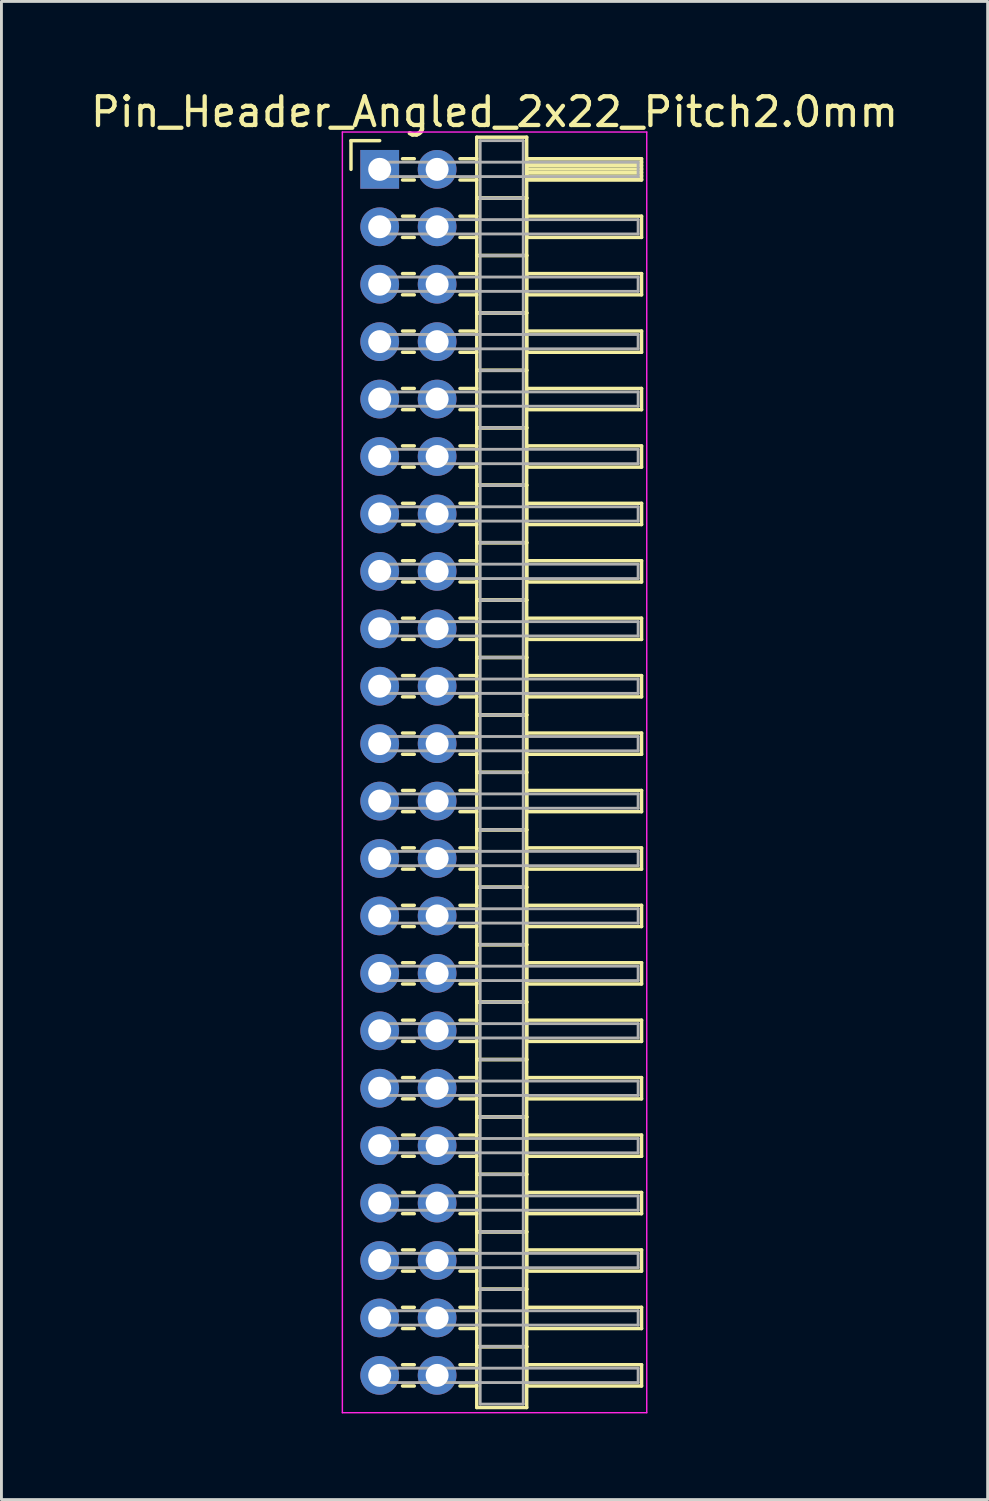
<source format=kicad_pcb>
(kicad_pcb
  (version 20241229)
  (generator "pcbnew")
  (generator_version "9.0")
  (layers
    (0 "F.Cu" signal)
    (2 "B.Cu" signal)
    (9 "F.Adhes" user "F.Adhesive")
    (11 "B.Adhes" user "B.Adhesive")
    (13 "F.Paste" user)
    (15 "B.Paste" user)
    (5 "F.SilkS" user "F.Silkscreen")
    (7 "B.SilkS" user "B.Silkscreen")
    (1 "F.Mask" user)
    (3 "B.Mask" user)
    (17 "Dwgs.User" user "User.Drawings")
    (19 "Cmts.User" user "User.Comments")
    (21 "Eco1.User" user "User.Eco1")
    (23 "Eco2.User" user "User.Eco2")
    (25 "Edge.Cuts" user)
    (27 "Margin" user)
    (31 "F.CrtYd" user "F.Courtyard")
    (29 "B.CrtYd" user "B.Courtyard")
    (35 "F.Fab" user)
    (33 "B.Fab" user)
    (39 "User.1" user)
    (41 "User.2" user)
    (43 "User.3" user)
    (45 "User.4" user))
  (footprint "Pin_Header_Angled_2x22_Pitch2.0mm"
    (layer "F.Cu")
    (at 10.173 2.848)
    (property "Reference" "Pin_Header_Angled_2x22_Pitch2.0mm" (at 4 -2 0) (layer "F.SilkS") (effects (font (size 1 1) (thickness 0.15))))
    (attr through_hole)
    (fp_line (start -1 -1) (end 0 -1) (stroke (width 0.12) (type solid)) (layer "F.SilkS"))
    (fp_line (start -1 0) (end -1 -1) (stroke (width 0.12) (type solid)) (layer "F.SilkS"))
    (fp_line (start 0.795 -0.37) (end 1.205 -0.37) (stroke (width 0.12) (type solid)) (layer "F.SilkS"))
    (fp_line (start 0.795 0.37) (end 1.205 0.37) (stroke (width 0.12) (type solid)) (layer "F.SilkS"))
    (fp_line (start 0.795 1.63) (end 1.205 1.63) (stroke (width 0.12) (type solid)) (layer "F.SilkS"))
    (fp_line (start 0.795 2.37) (end 1.205 2.37) (stroke (width 0.12) (type solid)) (layer "F.SilkS"))
    (fp_line (start 0.795 3.63) (end 1.205 3.63) (stroke (width 0.12) (type solid)) (layer "F.SilkS"))
    (fp_line (start 0.795 4.37) (end 1.205 4.37) (stroke (width 0.12) (type solid)) (layer "F.SilkS"))
    (fp_line (start 0.795 5.63) (end 1.205 5.63) (stroke (width 0.12) (type solid)) (layer "F.SilkS"))
    (fp_line (start 0.795 6.37) (end 1.205 6.37) (stroke (width 0.12) (type solid)) (layer "F.SilkS"))
    (fp_line (start 0.795 7.63) (end 1.205 7.63) (stroke (width 0.12) (type solid)) (layer "F.SilkS"))
    (fp_line (start 0.795 8.37) (end 1.205 8.37) (stroke (width 0.12) (type solid)) (layer "F.SilkS"))
    (fp_line (start 0.795 9.63) (end 1.205 9.63) (stroke (width 0.12) (type solid)) (layer "F.SilkS"))
    (fp_line (start 0.795 10.37) (end 1.205 10.37) (stroke (width 0.12) (type solid)) (layer "F.SilkS"))
    (fp_line (start 0.795 11.63) (end 1.205 11.63) (stroke (width 0.12) (type solid)) (layer "F.SilkS"))
    (fp_line (start 0.795 12.37) (end 1.205 12.37) (stroke (width 0.12) (type solid)) (layer "F.SilkS"))
    (fp_line (start 0.795 13.63) (end 1.205 13.63) (stroke (width 0.12) (type solid)) (layer "F.SilkS"))
    (fp_line (start 0.795 14.37) (end 1.205 14.37) (stroke (width 0.12) (type solid)) (layer "F.SilkS"))
    (fp_line (start 0.795 15.63) (end 1.205 15.63) (stroke (width 0.12) (type solid)) (layer "F.SilkS"))
    (fp_line (start 0.795 16.37) (end 1.205 16.37) (stroke (width 0.12) (type solid)) (layer "F.SilkS"))
    (fp_line (start 0.795 17.63) (end 1.205 17.63) (stroke (width 0.12) (type solid)) (layer "F.SilkS"))
    (fp_line (start 0.795 18.37) (end 1.205 18.37) (stroke (width 0.12) (type solid)) (layer "F.SilkS"))
    (fp_line (start 0.795 19.63) (end 1.205 19.63) (stroke (width 0.12) (type solid)) (layer "F.SilkS"))
    (fp_line (start 0.795 20.37) (end 1.205 20.37) (stroke (width 0.12) (type solid)) (layer "F.SilkS"))
    (fp_line (start 0.795 21.63) (end 1.205 21.63) (stroke (width 0.12) (type solid)) (layer "F.SilkS"))
    (fp_line (start 0.795 22.37) (end 1.205 22.37) (stroke (width 0.12) (type solid)) (layer "F.SilkS"))
    (fp_line (start 0.795 23.63) (end 1.205 23.63) (stroke (width 0.12) (type solid)) (layer "F.SilkS"))
    (fp_line (start 0.795 24.37) (end 1.205 24.37) (stroke (width 0.12) (type solid)) (layer "F.SilkS"))
    (fp_line (start 0.795 25.63) (end 1.205 25.63) (stroke (width 0.12) (type solid)) (layer "F.SilkS"))
    (fp_line (start 0.795 26.37) (end 1.205 26.37) (stroke (width 0.12) (type solid)) (layer "F.SilkS"))
    (fp_line (start 0.795 27.63) (end 1.205 27.63) (stroke (width 0.12) (type solid)) (layer "F.SilkS"))
    (fp_line (start 0.795 28.37) (end 1.205 28.37) (stroke (width 0.12) (type solid)) (layer "F.SilkS"))
    (fp_line (start 0.795 29.63) (end 1.205 29.63) (stroke (width 0.12) (type solid)) (layer "F.SilkS"))
    (fp_line (start 0.795 30.37) (end 1.205 30.37) (stroke (width 0.12) (type solid)) (layer "F.SilkS"))
    (fp_line (start 0.795 31.63) (end 1.205 31.63) (stroke (width 0.12) (type solid)) (layer "F.SilkS"))
    (fp_line (start 0.795 32.37) (end 1.205 32.37) (stroke (width 0.12) (type solid)) (layer "F.SilkS"))
    (fp_line (start 0.795 33.63) (end 1.205 33.63) (stroke (width 0.12) (type solid)) (layer "F.SilkS"))
    (fp_line (start 0.795 34.37) (end 1.205 34.37) (stroke (width 0.12) (type solid)) (layer "F.SilkS"))
    (fp_line (start 0.795 35.63) (end 1.205 35.63) (stroke (width 0.12) (type solid)) (layer "F.SilkS"))
    (fp_line (start 0.795 36.37) (end 1.205 36.37) (stroke (width 0.12) (type solid)) (layer "F.SilkS"))
    (fp_line (start 0.795 37.63) (end 1.205 37.63) (stroke (width 0.12) (type solid)) (layer "F.SilkS"))
    (fp_line (start 0.795 38.37) (end 1.205 38.37) (stroke (width 0.12) (type solid)) (layer "F.SilkS"))
    (fp_line (start 0.795 39.63) (end 1.205 39.63) (stroke (width 0.12) (type solid)) (layer "F.SilkS"))
    (fp_line (start 0.795 40.37) (end 1.205 40.37) (stroke (width 0.12) (type solid)) (layer "F.SilkS"))
    (fp_line (start 0.795 41.63) (end 1.205 41.63) (stroke (width 0.12) (type solid)) (layer "F.SilkS"))
    (fp_line (start 0.795 42.37) (end 1.205 42.37) (stroke (width 0.12) (type solid)) (layer "F.SilkS"))
    (fp_line (start 2.795 -0.37) (end 3.38 -0.37) (stroke (width 0.12) (type solid)) (layer "F.SilkS"))
    (fp_line (start 2.795 0.37) (end 3.38 0.37) (stroke (width 0.12) (type solid)) (layer "F.SilkS"))
    (fp_line (start 2.795 1.63) (end 3.38 1.63) (stroke (width 0.12) (type solid)) (layer "F.SilkS"))
    (fp_line (start 2.795 2.37) (end 3.38 2.37) (stroke (width 0.12) (type solid)) (layer "F.SilkS"))
    (fp_line (start 2.795 3.63) (end 3.38 3.63) (stroke (width 0.12) (type solid)) (layer "F.SilkS"))
    (fp_line (start 2.795 4.37) (end 3.38 4.37) (stroke (width 0.12) (type solid)) (layer "F.SilkS"))
    (fp_line (start 2.795 5.63) (end 3.38 5.63) (stroke (width 0.12) (type solid)) (layer "F.SilkS"))
    (fp_line (start 2.795 6.37) (end 3.38 6.37) (stroke (width 0.12) (type solid)) (layer "F.SilkS"))
    (fp_line (start 2.795 7.63) (end 3.38 7.63) (stroke (width 0.12) (type solid)) (layer "F.SilkS"))
    (fp_line (start 2.795 8.37) (end 3.38 8.37) (stroke (width 0.12) (type solid)) (layer "F.SilkS"))
    (fp_line (start 2.795 9.63) (end 3.38 9.63) (stroke (width 0.12) (type solid)) (layer "F.SilkS"))
    (fp_line (start 2.795 10.37) (end 3.38 10.37) (stroke (width 0.12) (type solid)) (layer "F.SilkS"))
    (fp_line (start 2.795 11.63) (end 3.38 11.63) (stroke (width 0.12) (type solid)) (layer "F.SilkS"))
    (fp_line (start 2.795 12.37) (end 3.38 12.37) (stroke (width 0.12) (type solid)) (layer "F.SilkS"))
    (fp_line (start 2.795 13.63) (end 3.38 13.63) (stroke (width 0.12) (type solid)) (layer "F.SilkS"))
    (fp_line (start 2.795 14.37) (end 3.38 14.37) (stroke (width 0.12) (type solid)) (layer "F.SilkS"))
    (fp_line (start 2.795 15.63) (end 3.38 15.63) (stroke (width 0.12) (type solid)) (layer "F.SilkS"))
    (fp_line (start 2.795 16.37) (end 3.38 16.37) (stroke (width 0.12) (type solid)) (layer "F.SilkS"))
    (fp_line (start 2.795 17.63) (end 3.38 17.63) (stroke (width 0.12) (type solid)) (layer "F.SilkS"))
    (fp_line (start 2.795 18.37) (end 3.38 18.37) (stroke (width 0.12) (type solid)) (layer "F.SilkS"))
    (fp_line (start 2.795 19.63) (end 3.38 19.63) (stroke (width 0.12) (type solid)) (layer "F.SilkS"))
    (fp_line (start 2.795 20.37) (end 3.38 20.37) (stroke (width 0.12) (type solid)) (layer "F.SilkS"))
    (fp_line (start 2.795 21.63) (end 3.38 21.63) (stroke (width 0.12) (type solid)) (layer "F.SilkS"))
    (fp_line (start 2.795 22.37) (end 3.38 22.37) (stroke (width 0.12) (type solid)) (layer "F.SilkS"))
    (fp_line (start 2.795 23.63) (end 3.38 23.63) (stroke (width 0.12) (type solid)) (layer "F.SilkS"))
    (fp_line (start 2.795 24.37) (end 3.38 24.37) (stroke (width 0.12) (type solid)) (layer "F.SilkS"))
    (fp_line (start 2.795 25.63) (end 3.38 25.63) (stroke (width 0.12) (type solid)) (layer "F.SilkS"))
    (fp_line (start 2.795 26.37) (end 3.38 26.37) (stroke (width 0.12) (type solid)) (layer "F.SilkS"))
    (fp_line (start 2.795 27.63) (end 3.38 27.63) (stroke (width 0.12) (type solid)) (layer "F.SilkS"))
    (fp_line (start 2.795 28.37) (end 3.38 28.37) (stroke (width 0.12) (type solid)) (layer "F.SilkS"))
    (fp_line (start 2.795 29.63) (end 3.38 29.63) (stroke (width 0.12) (type solid)) (layer "F.SilkS"))
    (fp_line (start 2.795 30.37) (end 3.38 30.37) (stroke (width 0.12) (type solid)) (layer "F.SilkS"))
    (fp_line (start 2.795 31.63) (end 3.38 31.63) (stroke (width 0.12) (type solid)) (layer "F.SilkS"))
    (fp_line (start 2.795 32.37) (end 3.38 32.37) (stroke (width 0.12) (type solid)) (layer "F.SilkS"))
    (fp_line (start 2.795 33.63) (end 3.38 33.63) (stroke (width 0.12) (type solid)) (layer "F.SilkS"))
    (fp_line (start 2.795 34.37) (end 3.38 34.37) (stroke (width 0.12) (type solid)) (layer "F.SilkS"))
    (fp_line (start 2.795 35.63) (end 3.38 35.63) (stroke (width 0.12) (type solid)) (layer "F.SilkS"))
    (fp_line (start 2.795 36.37) (end 3.38 36.37) (stroke (width 0.12) (type solid)) (layer "F.SilkS"))
    (fp_line (start 2.795 37.63) (end 3.38 37.63) (stroke (width 0.12) (type solid)) (layer "F.SilkS"))
    (fp_line (start 2.795 38.37) (end 3.38 38.37) (stroke (width 0.12) (type solid)) (layer "F.SilkS"))
    (fp_line (start 2.795 39.63) (end 3.38 39.63) (stroke (width 0.12) (type solid)) (layer "F.SilkS"))
    (fp_line (start 2.795 40.37) (end 3.38 40.37) (stroke (width 0.12) (type solid)) (layer "F.SilkS"))
    (fp_line (start 2.795 41.63) (end 3.38 41.63) (stroke (width 0.12) (type solid)) (layer "F.SilkS"))
    (fp_line (start 2.795 42.37) (end 3.38 42.37) (stroke (width 0.12) (type solid)) (layer "F.SilkS"))
    (fp_line (start 3.38 -1.12) (end 3.38 1) (stroke (width 0.12) (type solid)) (layer "F.SilkS"))
    (fp_line (start 3.38 1) (end 3.38 3) (stroke (width 0.12) (type solid)) (layer "F.SilkS"))
    (fp_line (start 3.38 1) (end 5.12 1) (stroke (width 0.12) (type solid)) (layer "F.SilkS"))
    (fp_line (start 3.38 3) (end 3.38 5) (stroke (width 0.12) (type solid)) (layer "F.SilkS"))
    (fp_line (start 3.38 3) (end 5.12 3) (stroke (width 0.12) (type solid)) (layer "F.SilkS"))
    (fp_line (start 3.38 5) (end 3.38 7) (stroke (width 0.12) (type solid)) (layer "F.SilkS"))
    (fp_line (start 3.38 5) (end 5.12 5) (stroke (width 0.12) (type solid)) (layer "F.SilkS"))
    (fp_line (start 3.38 7) (end 3.38 9) (stroke (width 0.12) (type solid)) (layer "F.SilkS"))
    (fp_line (start 3.38 7) (end 5.12 7) (stroke (width 0.12) (type solid)) (layer "F.SilkS"))
    (fp_line (start 3.38 9) (end 3.38 11) (stroke (width 0.12) (type solid)) (layer "F.SilkS"))
    (fp_line (start 3.38 9) (end 5.12 9) (stroke (width 0.12) (type solid)) (layer "F.SilkS"))
    (fp_line (start 3.38 11) (end 3.38 13) (stroke (width 0.12) (type solid)) (layer "F.SilkS"))
    (fp_line (start 3.38 11) (end 5.12 11) (stroke (width 0.12) (type solid)) (layer "F.SilkS"))
    (fp_line (start 3.38 13) (end 3.38 15) (stroke (width 0.12) (type solid)) (layer "F.SilkS"))
    (fp_line (start 3.38 13) (end 5.12 13) (stroke (width 0.12) (type solid)) (layer "F.SilkS"))
    (fp_line (start 3.38 15) (end 3.38 17) (stroke (width 0.12) (type solid)) (layer "F.SilkS"))
    (fp_line (start 3.38 15) (end 5.12 15) (stroke (width 0.12) (type solid)) (layer "F.SilkS"))
    (fp_line (start 3.38 17) (end 3.38 19) (stroke (width 0.12) (type solid)) (layer "F.SilkS"))
    (fp_line (start 3.38 17) (end 5.12 17) (stroke (width 0.12) (type solid)) (layer "F.SilkS"))
    (fp_line (start 3.38 19) (end 3.38 21) (stroke (width 0.12) (type solid)) (layer "F.SilkS"))
    (fp_line (start 3.38 19) (end 5.12 19) (stroke (width 0.12) (type solid)) (layer "F.SilkS"))
    (fp_line (start 3.38 21) (end 3.38 23) (stroke (width 0.12) (type solid)) (layer "F.SilkS"))
    (fp_line (start 3.38 21) (end 5.12 21) (stroke (width 0.12) (type solid)) (layer "F.SilkS"))
    (fp_line (start 3.38 23) (end 3.38 25) (stroke (width 0.12) (type solid)) (layer "F.SilkS"))
    (fp_line (start 3.38 23) (end 5.12 23) (stroke (width 0.12) (type solid)) (layer "F.SilkS"))
    (fp_line (start 3.38 25) (end 3.38 27) (stroke (width 0.12) (type solid)) (layer "F.SilkS"))
    (fp_line (start 3.38 25) (end 5.12 25) (stroke (width 0.12) (type solid)) (layer "F.SilkS"))
    (fp_line (start 3.38 27) (end 3.38 29) (stroke (width 0.12) (type solid)) (layer "F.SilkS"))
    (fp_line (start 3.38 27) (end 5.12 27) (stroke (width 0.12) (type solid)) (layer "F.SilkS"))
    (fp_line (start 3.38 29) (end 3.38 31) (stroke (width 0.12) (type solid)) (layer "F.SilkS"))
    (fp_line (start 3.38 29) (end 5.12 29) (stroke (width 0.12) (type solid)) (layer "F.SilkS"))
    (fp_line (start 3.38 31) (end 3.38 33) (stroke (width 0.12) (type solid)) (layer "F.SilkS"))
    (fp_line (start 3.38 31) (end 5.12 31) (stroke (width 0.12) (type solid)) (layer "F.SilkS"))
    (fp_line (start 3.38 33) (end 3.38 35) (stroke (width 0.12) (type solid)) (layer "F.SilkS"))
    (fp_line (start 3.38 33) (end 5.12 33) (stroke (width 0.12) (type solid)) (layer "F.SilkS"))
    (fp_line (start 3.38 35) (end 3.38 37) (stroke (width 0.12) (type solid)) (layer "F.SilkS"))
    (fp_line (start 3.38 35) (end 5.12 35) (stroke (width 0.12) (type solid)) (layer "F.SilkS"))
    (fp_line (start 3.38 37) (end 3.38 39) (stroke (width 0.12) (type solid)) (layer "F.SilkS"))
    (fp_line (start 3.38 37) (end 5.12 37) (stroke (width 0.12) (type solid)) (layer "F.SilkS"))
    (fp_line (start 3.38 39) (end 3.38 41) (stroke (width 0.12) (type solid)) (layer "F.SilkS"))
    (fp_line (start 3.38 39) (end 5.12 39) (stroke (width 0.12) (type solid)) (layer "F.SilkS"))
    (fp_line (start 3.38 41) (end 3.38 43.12) (stroke (width 0.12) (type solid)) (layer "F.SilkS"))
    (fp_line (start 3.38 41) (end 5.12 41) (stroke (width 0.12) (type solid)) (layer "F.SilkS"))
    (fp_line (start 3.38 43.12) (end 5.12 43.12) (stroke (width 0.12) (type solid)) (layer "F.SilkS"))
    (fp_line (start 5.12 -1.12) (end 3.38 -1.12) (stroke (width 0.12) (type solid)) (layer "F.SilkS"))
    (fp_line (start 5.12 -0.37) (end 5.12 0.37) (stroke (width 0.12) (type solid)) (layer "F.SilkS"))
    (fp_line (start 5.12 -0.25) (end 9.12 -0.25) (stroke (width 0.12) (type solid)) (layer "F.SilkS"))
    (fp_line (start 5.12 -0.13) (end 9.12 -0.13) (stroke (width 0.12) (type solid)) (layer "F.SilkS"))
    (fp_line (start 5.12 -0.01) (end 9.12 -0.01) (stroke (width 0.12) (type solid)) (layer "F.SilkS"))
    (fp_line (start 5.12 0.11) (end 9.12 0.11) (stroke (width 0.12) (type solid)) (layer "F.SilkS"))
    (fp_line (start 5.12 0.23) (end 9.12 0.23) (stroke (width 0.12) (type solid)) (layer "F.SilkS"))
    (fp_line (start 5.12 0.35) (end 9.12 0.35) (stroke (width 0.12) (type solid)) (layer "F.SilkS"))
    (fp_line (start 5.12 0.37) (end 9.12 0.37) (stroke (width 0.12) (type solid)) (layer "F.SilkS"))
    (fp_line (start 5.12 1) (end 3.38 1) (stroke (width 0.12) (type solid)) (layer "F.SilkS"))
    (fp_line (start 5.12 1) (end 5.12 -1.12) (stroke (width 0.12) (type solid)) (layer "F.SilkS"))
    (fp_line (start 5.12 1.63) (end 5.12 2.37) (stroke (width 0.12) (type solid)) (layer "F.SilkS"))
    (fp_line (start 5.12 2.37) (end 9.12 2.37) (stroke (width 0.12) (type solid)) (layer "F.SilkS"))
    (fp_line (start 5.12 3) (end 3.38 3) (stroke (width 0.12) (type solid)) (layer "F.SilkS"))
    (fp_line (start 5.12 3) (end 5.12 1) (stroke (width 0.12) (type solid)) (layer "F.SilkS"))
    (fp_line (start 5.12 3.63) (end 5.12 4.37) (stroke (width 0.12) (type solid)) (layer "F.SilkS"))
    (fp_line (start 5.12 4.37) (end 9.12 4.37) (stroke (width 0.12) (type solid)) (layer "F.SilkS"))
    (fp_line (start 5.12 5) (end 3.38 5) (stroke (width 0.12) (type solid)) (layer "F.SilkS"))
    (fp_line (start 5.12 5) (end 5.12 3) (stroke (width 0.12) (type solid)) (layer "F.SilkS"))
    (fp_line (start 5.12 5.63) (end 5.12 6.37) (stroke (width 0.12) (type solid)) (layer "F.SilkS"))
    (fp_line (start 5.12 6.37) (end 9.12 6.37) (stroke (width 0.12) (type solid)) (layer "F.SilkS"))
    (fp_line (start 5.12 7) (end 3.38 7) (stroke (width 0.12) (type solid)) (layer "F.SilkS"))
    (fp_line (start 5.12 7) (end 5.12 5) (stroke (width 0.12) (type solid)) (layer "F.SilkS"))
    (fp_line (start 5.12 7.63) (end 5.12 8.37) (stroke (width 0.12) (type solid)) (layer "F.SilkS"))
    (fp_line (start 5.12 8.37) (end 9.12 8.37) (stroke (width 0.12) (type solid)) (layer "F.SilkS"))
    (fp_line (start 5.12 9) (end 3.38 9) (stroke (width 0.12) (type solid)) (layer "F.SilkS"))
    (fp_line (start 5.12 9) (end 5.12 7) (stroke (width 0.12) (type solid)) (layer "F.SilkS"))
    (fp_line (start 5.12 9.63) (end 5.12 10.37) (stroke (width 0.12) (type solid)) (layer "F.SilkS"))
    (fp_line (start 5.12 10.37) (end 9.12 10.37) (stroke (width 0.12) (type solid)) (layer "F.SilkS"))
    (fp_line (start 5.12 11) (end 3.38 11) (stroke (width 0.12) (type solid)) (layer "F.SilkS"))
    (fp_line (start 5.12 11) (end 5.12 9) (stroke (width 0.12) (type solid)) (layer "F.SilkS"))
    (fp_line (start 5.12 11.63) (end 5.12 12.37) (stroke (width 0.12) (type solid)) (layer "F.SilkS"))
    (fp_line (start 5.12 12.37) (end 9.12 12.37) (stroke (width 0.12) (type solid)) (layer "F.SilkS"))
    (fp_line (start 5.12 13) (end 3.38 13) (stroke (width 0.12) (type solid)) (layer "F.SilkS"))
    (fp_line (start 5.12 13) (end 5.12 11) (stroke (width 0.12) (type solid)) (layer "F.SilkS"))
    (fp_line (start 5.12 13.63) (end 5.12 14.37) (stroke (width 0.12) (type solid)) (layer "F.SilkS"))
    (fp_line (start 5.12 14.37) (end 9.12 14.37) (stroke (width 0.12) (type solid)) (layer "F.SilkS"))
    (fp_line (start 5.12 15) (end 3.38 15) (stroke (width 0.12) (type solid)) (layer "F.SilkS"))
    (fp_line (start 5.12 15) (end 5.12 13) (stroke (width 0.12) (type solid)) (layer "F.SilkS"))
    (fp_line (start 5.12 15.63) (end 5.12 16.37) (stroke (width 0.12) (type solid)) (layer "F.SilkS"))
    (fp_line (start 5.12 16.37) (end 9.12 16.37) (stroke (width 0.12) (type solid)) (layer "F.SilkS"))
    (fp_line (start 5.12 17) (end 3.38 17) (stroke (width 0.12) (type solid)) (layer "F.SilkS"))
    (fp_line (start 5.12 17) (end 5.12 15) (stroke (width 0.12) (type solid)) (layer "F.SilkS"))
    (fp_line (start 5.12 17.63) (end 5.12 18.37) (stroke (width 0.12) (type solid)) (layer "F.SilkS"))
    (fp_line (start 5.12 18.37) (end 9.12 18.37) (stroke (width 0.12) (type solid)) (layer "F.SilkS"))
    (fp_line (start 5.12 19) (end 3.38 19) (stroke (width 0.12) (type solid)) (layer "F.SilkS"))
    (fp_line (start 5.12 19) (end 5.12 17) (stroke (width 0.12) (type solid)) (layer "F.SilkS"))
    (fp_line (start 5.12 19.63) (end 5.12 20.37) (stroke (width 0.12) (type solid)) (layer "F.SilkS"))
    (fp_line (start 5.12 20.37) (end 9.12 20.37) (stroke (width 0.12) (type solid)) (layer "F.SilkS"))
    (fp_line (start 5.12 21) (end 3.38 21) (stroke (width 0.12) (type solid)) (layer "F.SilkS"))
    (fp_line (start 5.12 21) (end 5.12 19) (stroke (width 0.12) (type solid)) (layer "F.SilkS"))
    (fp_line (start 5.12 21.63) (end 5.12 22.37) (stroke (width 0.12) (type solid)) (layer "F.SilkS"))
    (fp_line (start 5.12 22.37) (end 9.12 22.37) (stroke (width 0.12) (type solid)) (layer "F.SilkS"))
    (fp_line (start 5.12 23) (end 3.38 23) (stroke (width 0.12) (type solid)) (layer "F.SilkS"))
    (fp_line (start 5.12 23) (end 5.12 21) (stroke (width 0.12) (type solid)) (layer "F.SilkS"))
    (fp_line (start 5.12 23.63) (end 5.12 24.37) (stroke (width 0.12) (type solid)) (layer "F.SilkS"))
    (fp_line (start 5.12 24.37) (end 9.12 24.37) (stroke (width 0.12) (type solid)) (layer "F.SilkS"))
    (fp_line (start 5.12 25) (end 3.38 25) (stroke (width 0.12) (type solid)) (layer "F.SilkS"))
    (fp_line (start 5.12 25) (end 5.12 23) (stroke (width 0.12) (type solid)) (layer "F.SilkS"))
    (fp_line (start 5.12 25.63) (end 5.12 26.37) (stroke (width 0.12) (type solid)) (layer "F.SilkS"))
    (fp_line (start 5.12 26.37) (end 9.12 26.37) (stroke (width 0.12) (type solid)) (layer "F.SilkS"))
    (fp_line (start 5.12 27) (end 3.38 27) (stroke (width 0.12) (type solid)) (layer "F.SilkS"))
    (fp_line (start 5.12 27) (end 5.12 25) (stroke (width 0.12) (type solid)) (layer "F.SilkS"))
    (fp_line (start 5.12 27.63) (end 5.12 28.37) (stroke (width 0.12) (type solid)) (layer "F.SilkS"))
    (fp_line (start 5.12 28.37) (end 9.12 28.37) (stroke (width 0.12) (type solid)) (layer "F.SilkS"))
    (fp_line (start 5.12 29) (end 3.38 29) (stroke (width 0.12) (type solid)) (layer "F.SilkS"))
    (fp_line (start 5.12 29) (end 5.12 27) (stroke (width 0.12) (type solid)) (layer "F.SilkS"))
    (fp_line (start 5.12 29.63) (end 5.12 30.37) (stroke (width 0.12) (type solid)) (layer "F.SilkS"))
    (fp_line (start 5.12 30.37) (end 9.12 30.37) (stroke (width 0.12) (type solid)) (layer "F.SilkS"))
    (fp_line (start 5.12 31) (end 3.38 31) (stroke (width 0.12) (type solid)) (layer "F.SilkS"))
    (fp_line (start 5.12 31) (end 5.12 29) (stroke (width 0.12) (type solid)) (layer "F.SilkS"))
    (fp_line (start 5.12 31.63) (end 5.12 32.37) (stroke (width 0.12) (type solid)) (layer "F.SilkS"))
    (fp_line (start 5.12 32.37) (end 9.12 32.37) (stroke (width 0.12) (type solid)) (layer "F.SilkS"))
    (fp_line (start 5.12 33) (end 3.38 33) (stroke (width 0.12) (type solid)) (layer "F.SilkS"))
    (fp_line (start 5.12 33) (end 5.12 31) (stroke (width 0.12) (type solid)) (layer "F.SilkS"))
    (fp_line (start 5.12 33.63) (end 5.12 34.37) (stroke (width 0.12) (type solid)) (layer "F.SilkS"))
    (fp_line (start 5.12 34.37) (end 9.12 34.37) (stroke (width 0.12) (type solid)) (layer "F.SilkS"))
    (fp_line (start 5.12 35) (end 3.38 35) (stroke (width 0.12) (type solid)) (layer "F.SilkS"))
    (fp_line (start 5.12 35) (end 5.12 33) (stroke (width 0.12) (type solid)) (layer "F.SilkS"))
    (fp_line (start 5.12 35.63) (end 5.12 36.37) (stroke (width 0.12) (type solid)) (layer "F.SilkS"))
    (fp_line (start 5.12 36.37) (end 9.12 36.37) (stroke (width 0.12) (type solid)) (layer "F.SilkS"))
    (fp_line (start 5.12 37) (end 3.38 37) (stroke (width 0.12) (type solid)) (layer "F.SilkS"))
    (fp_line (start 5.12 37) (end 5.12 35) (stroke (width 0.12) (type solid)) (layer "F.SilkS"))
    (fp_line (start 5.12 37.63) (end 5.12 38.37) (stroke (width 0.12) (type solid)) (layer "F.SilkS"))
    (fp_line (start 5.12 38.37) (end 9.12 38.37) (stroke (width 0.12) (type solid)) (layer "F.SilkS"))
    (fp_line (start 5.12 39) (end 3.38 39) (stroke (width 0.12) (type solid)) (layer "F.SilkS"))
    (fp_line (start 5.12 39) (end 5.12 37) (stroke (width 0.12) (type solid)) (layer "F.SilkS"))
    (fp_line (start 5.12 39.63) (end 5.12 40.37) (stroke (width 0.12) (type solid)) (layer "F.SilkS"))
    (fp_line (start 5.12 40.37) (end 9.12 40.37) (stroke (width 0.12) (type solid)) (layer "F.SilkS"))
    (fp_line (start 5.12 41) (end 3.38 41) (stroke (width 0.12) (type solid)) (layer "F.SilkS"))
    (fp_line (start 5.12 41) (end 5.12 39) (stroke (width 0.12) (type solid)) (layer "F.SilkS"))
    (fp_line (start 5.12 41.63) (end 5.12 42.37) (stroke (width 0.12) (type solid)) (layer "F.SilkS"))
    (fp_line (start 5.12 42.37) (end 9.12 42.37) (stroke (width 0.12) (type solid)) (layer "F.SilkS"))
    (fp_line (start 5.12 43.12) (end 5.12 41) (stroke (width 0.12) (type solid)) (layer "F.SilkS"))
    (fp_line (start 9.12 -0.37) (end 5.12 -0.37) (stroke (width 0.12) (type solid)) (layer "F.SilkS"))
    (fp_line (start 9.12 0.37) (end 9.12 -0.37) (stroke (width 0.12) (type solid)) (layer "F.SilkS"))
    (fp_line (start 9.12 1.63) (end 5.12 1.63) (stroke (width 0.12) (type solid)) (layer "F.SilkS"))
    (fp_line (start 9.12 2.37) (end 9.12 1.63) (stroke (width 0.12) (type solid)) (layer "F.SilkS"))
    (fp_line (start 9.12 3.63) (end 5.12 3.63) (stroke (width 0.12) (type solid)) (layer "F.SilkS"))
    (fp_line (start 9.12 4.37) (end 9.12 3.63) (stroke (width 0.12) (type solid)) (layer "F.SilkS"))
    (fp_line (start 9.12 5.63) (end 5.12 5.63) (stroke (width 0.12) (type solid)) (layer "F.SilkS"))
    (fp_line (start 9.12 6.37) (end 9.12 5.63) (stroke (width 0.12) (type solid)) (layer "F.SilkS"))
    (fp_line (start 9.12 7.63) (end 5.12 7.63) (stroke (width 0.12) (type solid)) (layer "F.SilkS"))
    (fp_line (start 9.12 8.37) (end 9.12 7.63) (stroke (width 0.12) (type solid)) (layer "F.SilkS"))
    (fp_line (start 9.12 9.63) (end 5.12 9.63) (stroke (width 0.12) (type solid)) (layer "F.SilkS"))
    (fp_line (start 9.12 10.37) (end 9.12 9.63) (stroke (width 0.12) (type solid)) (layer "F.SilkS"))
    (fp_line (start 9.12 11.63) (end 5.12 11.63) (stroke (width 0.12) (type solid)) (layer "F.SilkS"))
    (fp_line (start 9.12 12.37) (end 9.12 11.63) (stroke (width 0.12) (type solid)) (layer "F.SilkS"))
    (fp_line (start 9.12 13.63) (end 5.12 13.63) (stroke (width 0.12) (type solid)) (layer "F.SilkS"))
    (fp_line (start 9.12 14.37) (end 9.12 13.63) (stroke (width 0.12) (type solid)) (layer "F.SilkS"))
    (fp_line (start 9.12 15.63) (end 5.12 15.63) (stroke (width 0.12) (type solid)) (layer "F.SilkS"))
    (fp_line (start 9.12 16.37) (end 9.12 15.63) (stroke (width 0.12) (type solid)) (layer "F.SilkS"))
    (fp_line (start 9.12 17.63) (end 5.12 17.63) (stroke (width 0.12) (type solid)) (layer "F.SilkS"))
    (fp_line (start 9.12 18.37) (end 9.12 17.63) (stroke (width 0.12) (type solid)) (layer "F.SilkS"))
    (fp_line (start 9.12 19.63) (end 5.12 19.63) (stroke (width 0.12) (type solid)) (layer "F.SilkS"))
    (fp_line (start 9.12 20.37) (end 9.12 19.63) (stroke (width 0.12) (type solid)) (layer "F.SilkS"))
    (fp_line (start 9.12 21.63) (end 5.12 21.63) (stroke (width 0.12) (type solid)) (layer "F.SilkS"))
    (fp_line (start 9.12 22.37) (end 9.12 21.63) (stroke (width 0.12) (type solid)) (layer "F.SilkS"))
    (fp_line (start 9.12 23.63) (end 5.12 23.63) (stroke (width 0.12) (type solid)) (layer "F.SilkS"))
    (fp_line (start 9.12 24.37) (end 9.12 23.63) (stroke (width 0.12) (type solid)) (layer "F.SilkS"))
    (fp_line (start 9.12 25.63) (end 5.12 25.63) (stroke (width 0.12) (type solid)) (layer "F.SilkS"))
    (fp_line (start 9.12 26.37) (end 9.12 25.63) (stroke (width 0.12) (type solid)) (layer "F.SilkS"))
    (fp_line (start 9.12 27.63) (end 5.12 27.63) (stroke (width 0.12) (type solid)) (layer "F.SilkS"))
    (fp_line (start 9.12 28.37) (end 9.12 27.63) (stroke (width 0.12) (type solid)) (layer "F.SilkS"))
    (fp_line (start 9.12 29.63) (end 5.12 29.63) (stroke (width 0.12) (type solid)) (layer "F.SilkS"))
    (fp_line (start 9.12 30.37) (end 9.12 29.63) (stroke (width 0.12) (type solid)) (layer "F.SilkS"))
    (fp_line (start 9.12 31.63) (end 5.12 31.63) (stroke (width 0.12) (type solid)) (layer "F.SilkS"))
    (fp_line (start 9.12 32.37) (end 9.12 31.63) (stroke (width 0.12) (type solid)) (layer "F.SilkS"))
    (fp_line (start 9.12 33.63) (end 5.12 33.63) (stroke (width 0.12) (type solid)) (layer "F.SilkS"))
    (fp_line (start 9.12 34.37) (end 9.12 33.63) (stroke (width 0.12) (type solid)) (layer "F.SilkS"))
    (fp_line (start 9.12 35.63) (end 5.12 35.63) (stroke (width 0.12) (type solid)) (layer "F.SilkS"))
    (fp_line (start 9.12 36.37) (end 9.12 35.63) (stroke (width 0.12) (type solid)) (layer "F.SilkS"))
    (fp_line (start 9.12 37.63) (end 5.12 37.63) (stroke (width 0.12) (type solid)) (layer "F.SilkS"))
    (fp_line (start 9.12 38.37) (end 9.12 37.63) (stroke (width 0.12) (type solid)) (layer "F.SilkS"))
    (fp_line (start 9.12 39.63) (end 5.12 39.63) (stroke (width 0.12) (type solid)) (layer "F.SilkS"))
    (fp_line (start 9.12 40.37) (end 9.12 39.63) (stroke (width 0.12) (type solid)) (layer "F.SilkS"))
    (fp_line (start 9.12 41.63) (end 5.12 41.63) (stroke (width 0.12) (type solid)) (layer "F.SilkS"))
    (fp_line (start 9.12 42.37) (end 9.12 41.63) (stroke (width 0.12) (type solid)) (layer "F.SilkS"))
    (fp_line (start -1.3 -1.3) (end -1.3 43.3) (stroke (width 0.05) (type solid)) (layer "F.CrtYd"))
    (fp_line (start -1.3 43.3) (end 9.3 43.3) (stroke (width 0.05) (type solid)) (layer "F.CrtYd"))
    (fp_line (start 9.3 -1.3) (end -1.3 -1.3) (stroke (width 0.05) (type solid)) (layer "F.CrtYd"))
    (fp_line (start 9.3 43.3) (end 9.3 -1.3) (stroke (width 0.05) (type solid)) (layer "F.CrtYd"))
    (fp_line (start 0 -0.25) (end 0 0.25) (stroke (width 0.1) (type solid)) (layer "F.Fab"))
    (fp_line (start 0 0.25) (end 9 0.25) (stroke (width 0.1) (type solid)) (layer "F.Fab"))
    (fp_line (start 0 1.75) (end 0 2.25) (stroke (width 0.1) (type solid)) (layer "F.Fab"))
    (fp_line (start 0 2.25) (end 9 2.25) (stroke (width 0.1) (type solid)) (layer "F.Fab"))
    (fp_line (start 0 3.75) (end 0 4.25) (stroke (width 0.1) (type solid)) (layer "F.Fab"))
    (fp_line (start 0 4.25) (end 9 4.25) (stroke (width 0.1) (type solid)) (layer "F.Fab"))
    (fp_line (start 0 5.75) (end 0 6.25) (stroke (width 0.1) (type solid)) (layer "F.Fab"))
    (fp_line (start 0 6.25) (end 9 6.25) (stroke (width 0.1) (type solid)) (layer "F.Fab"))
    (fp_line (start 0 7.75) (end 0 8.25) (stroke (width 0.1) (type solid)) (layer "F.Fab"))
    (fp_line (start 0 8.25) (end 9 8.25) (stroke (width 0.1) (type solid)) (layer "F.Fab"))
    (fp_line (start 0 9.75) (end 0 10.25) (stroke (width 0.1) (type solid)) (layer "F.Fab"))
    (fp_line (start 0 10.25) (end 9 10.25) (stroke (width 0.1) (type solid)) (layer "F.Fab"))
    (fp_line (start 0 11.75) (end 0 12.25) (stroke (width 0.1) (type solid)) (layer "F.Fab"))
    (fp_line (start 0 12.25) (end 9 12.25) (stroke (width 0.1) (type solid)) (layer "F.Fab"))
    (fp_line (start 0 13.75) (end 0 14.25) (stroke (width 0.1) (type solid)) (layer "F.Fab"))
    (fp_line (start 0 14.25) (end 9 14.25) (stroke (width 0.1) (type solid)) (layer "F.Fab"))
    (fp_line (start 0 15.75) (end 0 16.25) (stroke (width 0.1) (type solid)) (layer "F.Fab"))
    (fp_line (start 0 16.25) (end 9 16.25) (stroke (width 0.1) (type solid)) (layer "F.Fab"))
    (fp_line (start 0 17.75) (end 0 18.25) (stroke (width 0.1) (type solid)) (layer "F.Fab"))
    (fp_line (start 0 18.25) (end 9 18.25) (stroke (width 0.1) (type solid)) (layer "F.Fab"))
    (fp_line (start 0 19.75) (end 0 20.25) (stroke (width 0.1) (type solid)) (layer "F.Fab"))
    (fp_line (start 0 20.25) (end 9 20.25) (stroke (width 0.1) (type solid)) (layer "F.Fab"))
    (fp_line (start 0 21.75) (end 0 22.25) (stroke (width 0.1) (type solid)) (layer "F.Fab"))
    (fp_line (start 0 22.25) (end 9 22.25) (stroke (width 0.1) (type solid)) (layer "F.Fab"))
    (fp_line (start 0 23.75) (end 0 24.25) (stroke (width 0.1) (type solid)) (layer "F.Fab"))
    (fp_line (start 0 24.25) (end 9 24.25) (stroke (width 0.1) (type solid)) (layer "F.Fab"))
    (fp_line (start 0 25.75) (end 0 26.25) (stroke (width 0.1) (type solid)) (layer "F.Fab"))
    (fp_line (start 0 26.25) (end 9 26.25) (stroke (width 0.1) (type solid)) (layer "F.Fab"))
    (fp_line (start 0 27.75) (end 0 28.25) (stroke (width 0.1) (type solid)) (layer "F.Fab"))
    (fp_line (start 0 28.25) (end 9 28.25) (stroke (width 0.1) (type solid)) (layer "F.Fab"))
    (fp_line (start 0 29.75) (end 0 30.25) (stroke (width 0.1) (type solid)) (layer "F.Fab"))
    (fp_line (start 0 30.25) (end 9 30.25) (stroke (width 0.1) (type solid)) (layer "F.Fab"))
    (fp_line (start 0 31.75) (end 0 32.25) (stroke (width 0.1) (type solid)) (layer "F.Fab"))
    (fp_line (start 0 32.25) (end 9 32.25) (stroke (width 0.1) (type solid)) (layer "F.Fab"))
    (fp_line (start 0 33.75) (end 0 34.25) (stroke (width 0.1) (type solid)) (layer "F.Fab"))
    (fp_line (start 0 34.25) (end 9 34.25) (stroke (width 0.1) (type solid)) (layer "F.Fab"))
    (fp_line (start 0 35.75) (end 0 36.25) (stroke (width 0.1) (type solid)) (layer "F.Fab"))
    (fp_line (start 0 36.25) (end 9 36.25) (stroke (width 0.1) (type solid)) (layer "F.Fab"))
    (fp_line (start 0 37.75) (end 0 38.25) (stroke (width 0.1) (type solid)) (layer "F.Fab"))
    (fp_line (start 0 38.25) (end 9 38.25) (stroke (width 0.1) (type solid)) (layer "F.Fab"))
    (fp_line (start 0 39.75) (end 0 40.25) (stroke (width 0.1) (type solid)) (layer "F.Fab"))
    (fp_line (start 0 40.25) (end 9 40.25) (stroke (width 0.1) (type solid)) (layer "F.Fab"))
    (fp_line (start 0 41.75) (end 0 42.25) (stroke (width 0.1) (type solid)) (layer "F.Fab"))
    (fp_line (start 0 42.25) (end 9 42.25) (stroke (width 0.1) (type solid)) (layer "F.Fab"))
    (fp_line (start 3.5 -1) (end 3.5 1) (stroke (width 0.1) (type solid)) (layer "F.Fab"))
    (fp_line (start 3.5 1) (end 3.5 3) (stroke (width 0.1) (type solid)) (layer "F.Fab"))
    (fp_line (start 3.5 1) (end 5 1) (stroke (width 0.1) (type solid)) (layer "F.Fab"))
    (fp_line (start 3.5 3) (end 3.5 5) (stroke (width 0.1) (type solid)) (layer "F.Fab"))
    (fp_line (start 3.5 3) (end 5 3) (stroke (width 0.1) (type solid)) (layer "F.Fab"))
    (fp_line (start 3.5 5) (end 3.5 7) (stroke (width 0.1) (type solid)) (layer "F.Fab"))
    (fp_line (start 3.5 5) (end 5 5) (stroke (width 0.1) (type solid)) (layer "F.Fab"))
    (fp_line (start 3.5 7) (end 3.5 9) (stroke (width 0.1) (type solid)) (layer "F.Fab"))
    (fp_line (start 3.5 7) (end 5 7) (stroke (width 0.1) (type solid)) (layer "F.Fab"))
    (fp_line (start 3.5 9) (end 3.5 11) (stroke (width 0.1) (type solid)) (layer "F.Fab"))
    (fp_line (start 3.5 9) (end 5 9) (stroke (width 0.1) (type solid)) (layer "F.Fab"))
    (fp_line (start 3.5 11) (end 3.5 13) (stroke (width 0.1) (type solid)) (layer "F.Fab"))
    (fp_line (start 3.5 11) (end 5 11) (stroke (width 0.1) (type solid)) (layer "F.Fab"))
    (fp_line (start 3.5 13) (end 3.5 15) (stroke (width 0.1) (type solid)) (layer "F.Fab"))
    (fp_line (start 3.5 13) (end 5 13) (stroke (width 0.1) (type solid)) (layer "F.Fab"))
    (fp_line (start 3.5 15) (end 3.5 17) (stroke (width 0.1) (type solid)) (layer "F.Fab"))
    (fp_line (start 3.5 15) (end 5 15) (stroke (width 0.1) (type solid)) (layer "F.Fab"))
    (fp_line (start 3.5 17) (end 3.5 19) (stroke (width 0.1) (type solid)) (layer "F.Fab"))
    (fp_line (start 3.5 17) (end 5 17) (stroke (width 0.1) (type solid)) (layer "F.Fab"))
    (fp_line (start 3.5 19) (end 3.5 21) (stroke (width 0.1) (type solid)) (layer "F.Fab"))
    (fp_line (start 3.5 19) (end 5 19) (stroke (width 0.1) (type solid)) (layer "F.Fab"))
    (fp_line (start 3.5 21) (end 3.5 23) (stroke (width 0.1) (type solid)) (layer "F.Fab"))
    (fp_line (start 3.5 21) (end 5 21) (stroke (width 0.1) (type solid)) (layer "F.Fab"))
    (fp_line (start 3.5 23) (end 3.5 25) (stroke (width 0.1) (type solid)) (layer "F.Fab"))
    (fp_line (start 3.5 23) (end 5 23) (stroke (width 0.1) (type solid)) (layer "F.Fab"))
    (fp_line (start 3.5 25) (end 3.5 27) (stroke (width 0.1) (type solid)) (layer "F.Fab"))
    (fp_line (start 3.5 25) (end 5 25) (stroke (width 0.1) (type solid)) (layer "F.Fab"))
    (fp_line (start 3.5 27) (end 3.5 29) (stroke (width 0.1) (type solid)) (layer "F.Fab"))
    (fp_line (start 3.5 27) (end 5 27) (stroke (width 0.1) (type solid)) (layer "F.Fab"))
    (fp_line (start 3.5 29) (end 3.5 31) (stroke (width 0.1) (type solid)) (layer "F.Fab"))
    (fp_line (start 3.5 29) (end 5 29) (stroke (width 0.1) (type solid)) (layer "F.Fab"))
    (fp_line (start 3.5 31) (end 3.5 33) (stroke (width 0.1) (type solid)) (layer "F.Fab"))
    (fp_line (start 3.5 31) (end 5 31) (stroke (width 0.1) (type solid)) (layer "F.Fab"))
    (fp_line (start 3.5 33) (end 3.5 35) (stroke (width 0.1) (type solid)) (layer "F.Fab"))
    (fp_line (start 3.5 33) (end 5 33) (stroke (width 0.1) (type solid)) (layer "F.Fab"))
    (fp_line (start 3.5 35) (end 3.5 37) (stroke (width 0.1) (type solid)) (layer "F.Fab"))
    (fp_line (start 3.5 35) (end 5 35) (stroke (width 0.1) (type solid)) (layer "F.Fab"))
    (fp_line (start 3.5 37) (end 3.5 39) (stroke (width 0.1) (type solid)) (layer "F.Fab"))
    (fp_line (start 3.5 37) (end 5 37) (stroke (width 0.1) (type solid)) (layer "F.Fab"))
    (fp_line (start 3.5 39) (end 3.5 41) (stroke (width 0.1) (type solid)) (layer "F.Fab"))
    (fp_line (start 3.5 39) (end 5 39) (stroke (width 0.1) (type solid)) (layer "F.Fab"))
    (fp_line (start 3.5 41) (end 3.5 43) (stroke (width 0.1) (type solid)) (layer "F.Fab"))
    (fp_line (start 3.5 41) (end 5 41) (stroke (width 0.1) (type solid)) (layer "F.Fab"))
    (fp_line (start 3.5 43) (end 5 43) (stroke (width 0.1) (type solid)) (layer "F.Fab"))
    (fp_line (start 5 -1) (end 3.5 -1) (stroke (width 0.1) (type solid)) (layer "F.Fab"))
    (fp_line (start 5 1) (end 3.5 1) (stroke (width 0.1) (type solid)) (layer "F.Fab"))
    (fp_line (start 5 1) (end 5 -1) (stroke (width 0.1) (type solid)) (layer "F.Fab"))
    (fp_line (start 5 3) (end 3.5 3) (stroke (width 0.1) (type solid)) (layer "F.Fab"))
    (fp_line (start 5 3) (end 5 1) (stroke (width 0.1) (type solid)) (layer "F.Fab"))
    (fp_line (start 5 5) (end 3.5 5) (stroke (width 0.1) (type solid)) (layer "F.Fab"))
    (fp_line (start 5 5) (end 5 3) (stroke (width 0.1) (type solid)) (layer "F.Fab"))
    (fp_line (start 5 7) (end 3.5 7) (stroke (width 0.1) (type solid)) (layer "F.Fab"))
    (fp_line (start 5 7) (end 5 5) (stroke (width 0.1) (type solid)) (layer "F.Fab"))
    (fp_line (start 5 9) (end 3.5 9) (stroke (width 0.1) (type solid)) (layer "F.Fab"))
    (fp_line (start 5 9) (end 5 7) (stroke (width 0.1) (type solid)) (layer "F.Fab"))
    (fp_line (start 5 11) (end 3.5 11) (stroke (width 0.1) (type solid)) (layer "F.Fab"))
    (fp_line (start 5 11) (end 5 9) (stroke (width 0.1) (type solid)) (layer "F.Fab"))
    (fp_line (start 5 13) (end 3.5 13) (stroke (width 0.1) (type solid)) (layer "F.Fab"))
    (fp_line (start 5 13) (end 5 11) (stroke (width 0.1) (type solid)) (layer "F.Fab"))
    (fp_line (start 5 15) (end 3.5 15) (stroke (width 0.1) (type solid)) (layer "F.Fab"))
    (fp_line (start 5 15) (end 5 13) (stroke (width 0.1) (type solid)) (layer "F.Fab"))
    (fp_line (start 5 17) (end 3.5 17) (stroke (width 0.1) (type solid)) (layer "F.Fab"))
    (fp_line (start 5 17) (end 5 15) (stroke (width 0.1) (type solid)) (layer "F.Fab"))
    (fp_line (start 5 19) (end 3.5 19) (stroke (width 0.1) (type solid)) (layer "F.Fab"))
    (fp_line (start 5 19) (end 5 17) (stroke (width 0.1) (type solid)) (layer "F.Fab"))
    (fp_line (start 5 21) (end 3.5 21) (stroke (width 0.1) (type solid)) (layer "F.Fab"))
    (fp_line (start 5 21) (end 5 19) (stroke (width 0.1) (type solid)) (layer "F.Fab"))
    (fp_line (start 5 23) (end 3.5 23) (stroke (width 0.1) (type solid)) (layer "F.Fab"))
    (fp_line (start 5 23) (end 5 21) (stroke (width 0.1) (type solid)) (layer "F.Fab"))
    (fp_line (start 5 25) (end 3.5 25) (stroke (width 0.1) (type solid)) (layer "F.Fab"))
    (fp_line (start 5 25) (end 5 23) (stroke (width 0.1) (type solid)) (layer "F.Fab"))
    (fp_line (start 5 27) (end 3.5 27) (stroke (width 0.1) (type solid)) (layer "F.Fab"))
    (fp_line (start 5 27) (end 5 25) (stroke (width 0.1) (type solid)) (layer "F.Fab"))
    (fp_line (start 5 29) (end 3.5 29) (stroke (width 0.1) (type solid)) (layer "F.Fab"))
    (fp_line (start 5 29) (end 5 27) (stroke (width 0.1) (type solid)) (layer "F.Fab"))
    (fp_line (start 5 31) (end 3.5 31) (stroke (width 0.1) (type solid)) (layer "F.Fab"))
    (fp_line (start 5 31) (end 5 29) (stroke (width 0.1) (type solid)) (layer "F.Fab"))
    (fp_line (start 5 33) (end 3.5 33) (stroke (width 0.1) (type solid)) (layer "F.Fab"))
    (fp_line (start 5 33) (end 5 31) (stroke (width 0.1) (type solid)) (layer "F.Fab"))
    (fp_line (start 5 35) (end 3.5 35) (stroke (width 0.1) (type solid)) (layer "F.Fab"))
    (fp_line (start 5 35) (end 5 33) (stroke (width 0.1) (type solid)) (layer "F.Fab"))
    (fp_line (start 5 37) (end 3.5 37) (stroke (width 0.1) (type solid)) (layer "F.Fab"))
    (fp_line (start 5 37) (end 5 35) (stroke (width 0.1) (type solid)) (layer "F.Fab"))
    (fp_line (start 5 39) (end 3.5 39) (stroke (width 0.1) (type solid)) (layer "F.Fab"))
    (fp_line (start 5 39) (end 5 37) (stroke (width 0.1) (type solid)) (layer "F.Fab"))
    (fp_line (start 5 41) (end 3.5 41) (stroke (width 0.1) (type solid)) (layer "F.Fab"))
    (fp_line (start 5 41) (end 5 39) (stroke (width 0.1) (type solid)) (layer "F.Fab"))
    (fp_line (start 5 43) (end 5 41) (stroke (width 0.1) (type solid)) (layer "F.Fab"))
    (fp_line (start 9 -0.25) (end 0 -0.25) (stroke (width 0.1) (type solid)) (layer "F.Fab"))
    (fp_line (start 9 0.25) (end 9 -0.25) (stroke (width 0.1) (type solid)) (layer "F.Fab"))
    (fp_line (start 9 1.75) (end 0 1.75) (stroke (width 0.1) (type solid)) (layer "F.Fab"))
    (fp_line (start 9 2.25) (end 9 1.75) (stroke (width 0.1) (type solid)) (layer "F.Fab"))
    (fp_line (start 9 3.75) (end 0 3.75) (stroke (width 0.1) (type solid)) (layer "F.Fab"))
    (fp_line (start 9 4.25) (end 9 3.75) (stroke (width 0.1) (type solid)) (layer "F.Fab"))
    (fp_line (start 9 5.75) (end 0 5.75) (stroke (width 0.1) (type solid)) (layer "F.Fab"))
    (fp_line (start 9 6.25) (end 9 5.75) (stroke (width 0.1) (type solid)) (layer "F.Fab"))
    (fp_line (start 9 7.75) (end 0 7.75) (stroke (width 0.1) (type solid)) (layer "F.Fab"))
    (fp_line (start 9 8.25) (end 9 7.75) (stroke (width 0.1) (type solid)) (layer "F.Fab"))
    (fp_line (start 9 9.75) (end 0 9.75) (stroke (width 0.1) (type solid)) (layer "F.Fab"))
    (fp_line (start 9 10.25) (end 9 9.75) (stroke (width 0.1) (type solid)) (layer "F.Fab"))
    (fp_line (start 9 11.75) (end 0 11.75) (stroke (width 0.1) (type solid)) (layer "F.Fab"))
    (fp_line (start 9 12.25) (end 9 11.75) (stroke (width 0.1) (type solid)) (layer "F.Fab"))
    (fp_line (start 9 13.75) (end 0 13.75) (stroke (width 0.1) (type solid)) (layer "F.Fab"))
    (fp_line (start 9 14.25) (end 9 13.75) (stroke (width 0.1) (type solid)) (layer "F.Fab"))
    (fp_line (start 9 15.75) (end 0 15.75) (stroke (width 0.1) (type solid)) (layer "F.Fab"))
    (fp_line (start 9 16.25) (end 9 15.75) (stroke (width 0.1) (type solid)) (layer "F.Fab"))
    (fp_line (start 9 17.75) (end 0 17.75) (stroke (width 0.1) (type solid)) (layer "F.Fab"))
    (fp_line (start 9 18.25) (end 9 17.75) (stroke (width 0.1) (type solid)) (layer "F.Fab"))
    (fp_line (start 9 19.75) (end 0 19.75) (stroke (width 0.1) (type solid)) (layer "F.Fab"))
    (fp_line (start 9 20.25) (end 9 19.75) (stroke (width 0.1) (type solid)) (layer "F.Fab"))
    (fp_line (start 9 21.75) (end 0 21.75) (stroke (width 0.1) (type solid)) (layer "F.Fab"))
    (fp_line (start 9 22.25) (end 9 21.75) (stroke (width 0.1) (type solid)) (layer "F.Fab"))
    (fp_line (start 9 23.75) (end 0 23.75) (stroke (width 0.1) (type solid)) (layer "F.Fab"))
    (fp_line (start 9 24.25) (end 9 23.75) (stroke (width 0.1) (type solid)) (layer "F.Fab"))
    (fp_line (start 9 25.75) (end 0 25.75) (stroke (width 0.1) (type solid)) (layer "F.Fab"))
    (fp_line (start 9 26.25) (end 9 25.75) (stroke (width 0.1) (type solid)) (layer "F.Fab"))
    (fp_line (start 9 27.75) (end 0 27.75) (stroke (width 0.1) (type solid)) (layer "F.Fab"))
    (fp_line (start 9 28.25) (end 9 27.75) (stroke (width 0.1) (type solid)) (layer "F.Fab"))
    (fp_line (start 9 29.75) (end 0 29.75) (stroke (width 0.1) (type solid)) (layer "F.Fab"))
    (fp_line (start 9 30.25) (end 9 29.75) (stroke (width 0.1) (type solid)) (layer "F.Fab"))
    (fp_line (start 9 31.75) (end 0 31.75) (stroke (width 0.1) (type solid)) (layer "F.Fab"))
    (fp_line (start 9 32.25) (end 9 31.75) (stroke (width 0.1) (type solid)) (layer "F.Fab"))
    (fp_line (start 9 33.75) (end 0 33.75) (stroke (width 0.1) (type solid)) (layer "F.Fab"))
    (fp_line (start 9 34.25) (end 9 33.75) (stroke (width 0.1) (type solid)) (layer "F.Fab"))
    (fp_line (start 9 35.75) (end 0 35.75) (stroke (width 0.1) (type solid)) (layer "F.Fab"))
    (fp_line (start 9 36.25) (end 9 35.75) (stroke (width 0.1) (type solid)) (layer "F.Fab"))
    (fp_line (start 9 37.75) (end 0 37.75) (stroke (width 0.1) (type solid)) (layer "F.Fab"))
    (fp_line (start 9 38.25) (end 9 37.75) (stroke (width 0.1) (type solid)) (layer "F.Fab"))
    (fp_line (start 9 39.75) (end 0 39.75) (stroke (width 0.1) (type solid)) (layer "F.Fab"))
    (fp_line (start 9 40.25) (end 9 39.75) (stroke (width 0.1) (type solid)) (layer "F.Fab"))
    (fp_line (start 9 41.75) (end 0 41.75) (stroke (width 0.1) (type solid)) (layer "F.Fab"))
    (fp_line (start 9 42.25) (end 9 41.75) (stroke (width 0.1) (type solid)) (layer "F.Fab"))
    (pad "1" thru_hole rect (at 0 0) (size 1.35 1.35) (drill 0.8) (layers "*.Cu" "*.Mask"))
    (pad "2" thru_hole oval (at 2 0) (size 1.35 1.35) (drill 0.8) (layers "*.Cu" "*.Mask"))
    (pad "3" thru_hole oval (at 0 2) (size 1.35 1.35) (drill 0.8) (layers "*.Cu" "*.Mask"))
    (pad "4" thru_hole oval (at 2 2) (size 1.35 1.35) (drill 0.8) (layers "*.Cu" "*.Mask"))
    (pad "5" thru_hole oval (at 0 4) (size 1.35 1.35) (drill 0.8) (layers "*.Cu" "*.Mask"))
    (pad "6" thru_hole oval (at 2 4) (size 1.35 1.35) (drill 0.8) (layers "*.Cu" "*.Mask"))
    (pad "7" thru_hole oval (at 0 6) (size 1.35 1.35) (drill 0.8) (layers "*.Cu" "*.Mask"))
    (pad "8" thru_hole oval (at 2 6) (size 1.35 1.35) (drill 0.8) (layers "*.Cu" "*.Mask"))
    (pad "9" thru_hole oval (at 0 8) (size 1.35 1.35) (drill 0.8) (layers "*.Cu" "*.Mask"))
    (pad "10" thru_hole oval (at 2 8) (size 1.35 1.35) (drill 0.8) (layers "*.Cu" "*.Mask"))
    (pad "11" thru_hole oval (at 0 10) (size 1.35 1.35) (drill 0.8) (layers "*.Cu" "*.Mask"))
    (pad "12" thru_hole oval (at 2 10) (size 1.35 1.35) (drill 0.8) (layers "*.Cu" "*.Mask"))
    (pad "13" thru_hole oval (at 0 12) (size 1.35 1.35) (drill 0.8) (layers "*.Cu" "*.Mask"))
    (pad "14" thru_hole oval (at 2 12) (size 1.35 1.35) (drill 0.8) (layers "*.Cu" "*.Mask"))
    (pad "15" thru_hole oval (at 0 14) (size 1.35 1.35) (drill 0.8) (layers "*.Cu" "*.Mask"))
    (pad "16" thru_hole oval (at 2 14) (size 1.35 1.35) (drill 0.8) (layers "*.Cu" "*.Mask"))
    (pad "17" thru_hole oval (at 0 16) (size 1.35 1.35) (drill 0.8) (layers "*.Cu" "*.Mask"))
    (pad "18" thru_hole oval (at 2 16) (size 1.35 1.35) (drill 0.8) (layers "*.Cu" "*.Mask"))
    (pad "19" thru_hole oval (at 0 18) (size 1.35 1.35) (drill 0.8) (layers "*.Cu" "*.Mask"))
    (pad "20" thru_hole oval (at 2 18) (size 1.35 1.35) (drill 0.8) (layers "*.Cu" "*.Mask"))
    (pad "21" thru_hole oval (at 0 20) (size 1.35 1.35) (drill 0.8) (layers "*.Cu" "*.Mask"))
    (pad "22" thru_hole oval (at 2 20) (size 1.35 1.35) (drill 0.8) (layers "*.Cu" "*.Mask"))
    (pad "23" thru_hole oval (at 0 22) (size 1.35 1.35) (drill 0.8) (layers "*.Cu" "*.Mask"))
    (pad "24" thru_hole oval (at 2 22) (size 1.35 1.35) (drill 0.8) (layers "*.Cu" "*.Mask"))
    (pad "25" thru_hole oval (at 0 24) (size 1.35 1.35) (drill 0.8) (layers "*.Cu" "*.Mask"))
    (pad "26" thru_hole oval (at 2 24) (size 1.35 1.35) (drill 0.8) (layers "*.Cu" "*.Mask"))
    (pad "27" thru_hole oval (at 0 26) (size 1.35 1.35) (drill 0.8) (layers "*.Cu" "*.Mask"))
    (pad "28" thru_hole oval (at 2 26) (size 1.35 1.35) (drill 0.8) (layers "*.Cu" "*.Mask"))
    (pad "29" thru_hole oval (at 0 28) (size 1.35 1.35) (drill 0.8) (layers "*.Cu" "*.Mask"))
    (pad "30" thru_hole oval (at 2 28) (size 1.35 1.35) (drill 0.8) (layers "*.Cu" "*.Mask"))
    (pad "31" thru_hole oval (at 0 30) (size 1.35 1.35) (drill 0.8) (layers "*.Cu" "*.Mask"))
    (pad "32" thru_hole oval (at 2 30) (size 1.35 1.35) (drill 0.8) (layers "*.Cu" "*.Mask"))
    (pad "33" thru_hole oval (at 0 32) (size 1.35 1.35) (drill 0.8) (layers "*.Cu" "*.Mask"))
    (pad "34" thru_hole oval (at 2 32) (size 1.35 1.35) (drill 0.8) (layers "*.Cu" "*.Mask"))
    (pad "35" thru_hole oval (at 0 34) (size 1.35 1.35) (drill 0.8) (layers "*.Cu" "*.Mask"))
    (pad "36" thru_hole oval (at 2 34) (size 1.35 1.35) (drill 0.8) (layers "*.Cu" "*.Mask"))
    (pad "37" thru_hole oval (at 0 36) (size 1.35 1.35) (drill 0.8) (layers "*.Cu" "*.Mask"))
    (pad "38" thru_hole oval (at 2 36) (size 1.35 1.35) (drill 0.8) (layers "*.Cu" "*.Mask"))
    (pad "39" thru_hole oval (at 0 38) (size 1.35 1.35) (drill 0.8) (layers "*.Cu" "*.Mask"))
    (pad "40" thru_hole oval (at 2 38) (size 1.35 1.35) (drill 0.8) (layers "*.Cu" "*.Mask"))
    (pad "41" thru_hole oval (at 0 40) (size 1.35 1.35) (drill 0.8) (layers "*.Cu" "*.Mask"))
    (pad "42" thru_hole oval (at 2 40) (size 1.35 1.35) (drill 0.8) (layers "*.Cu" "*.Mask"))
    (pad "43" thru_hole oval (at 0 42) (size 1.35 1.35) (drill 0.8) (layers "*.Cu" "*.Mask"))
    (pad "44" thru_hole oval (at 2 42) (size 1.35 1.35) (drill 0.8) (layers "*.Cu" "*.Mask")))
  (gr_rect
    (start -3 -3)
    (end 31.345 49.173)
    (stroke (width 0.1) (type default))
    (fill no)
    (layer "Edge.Cuts")))
</source>
